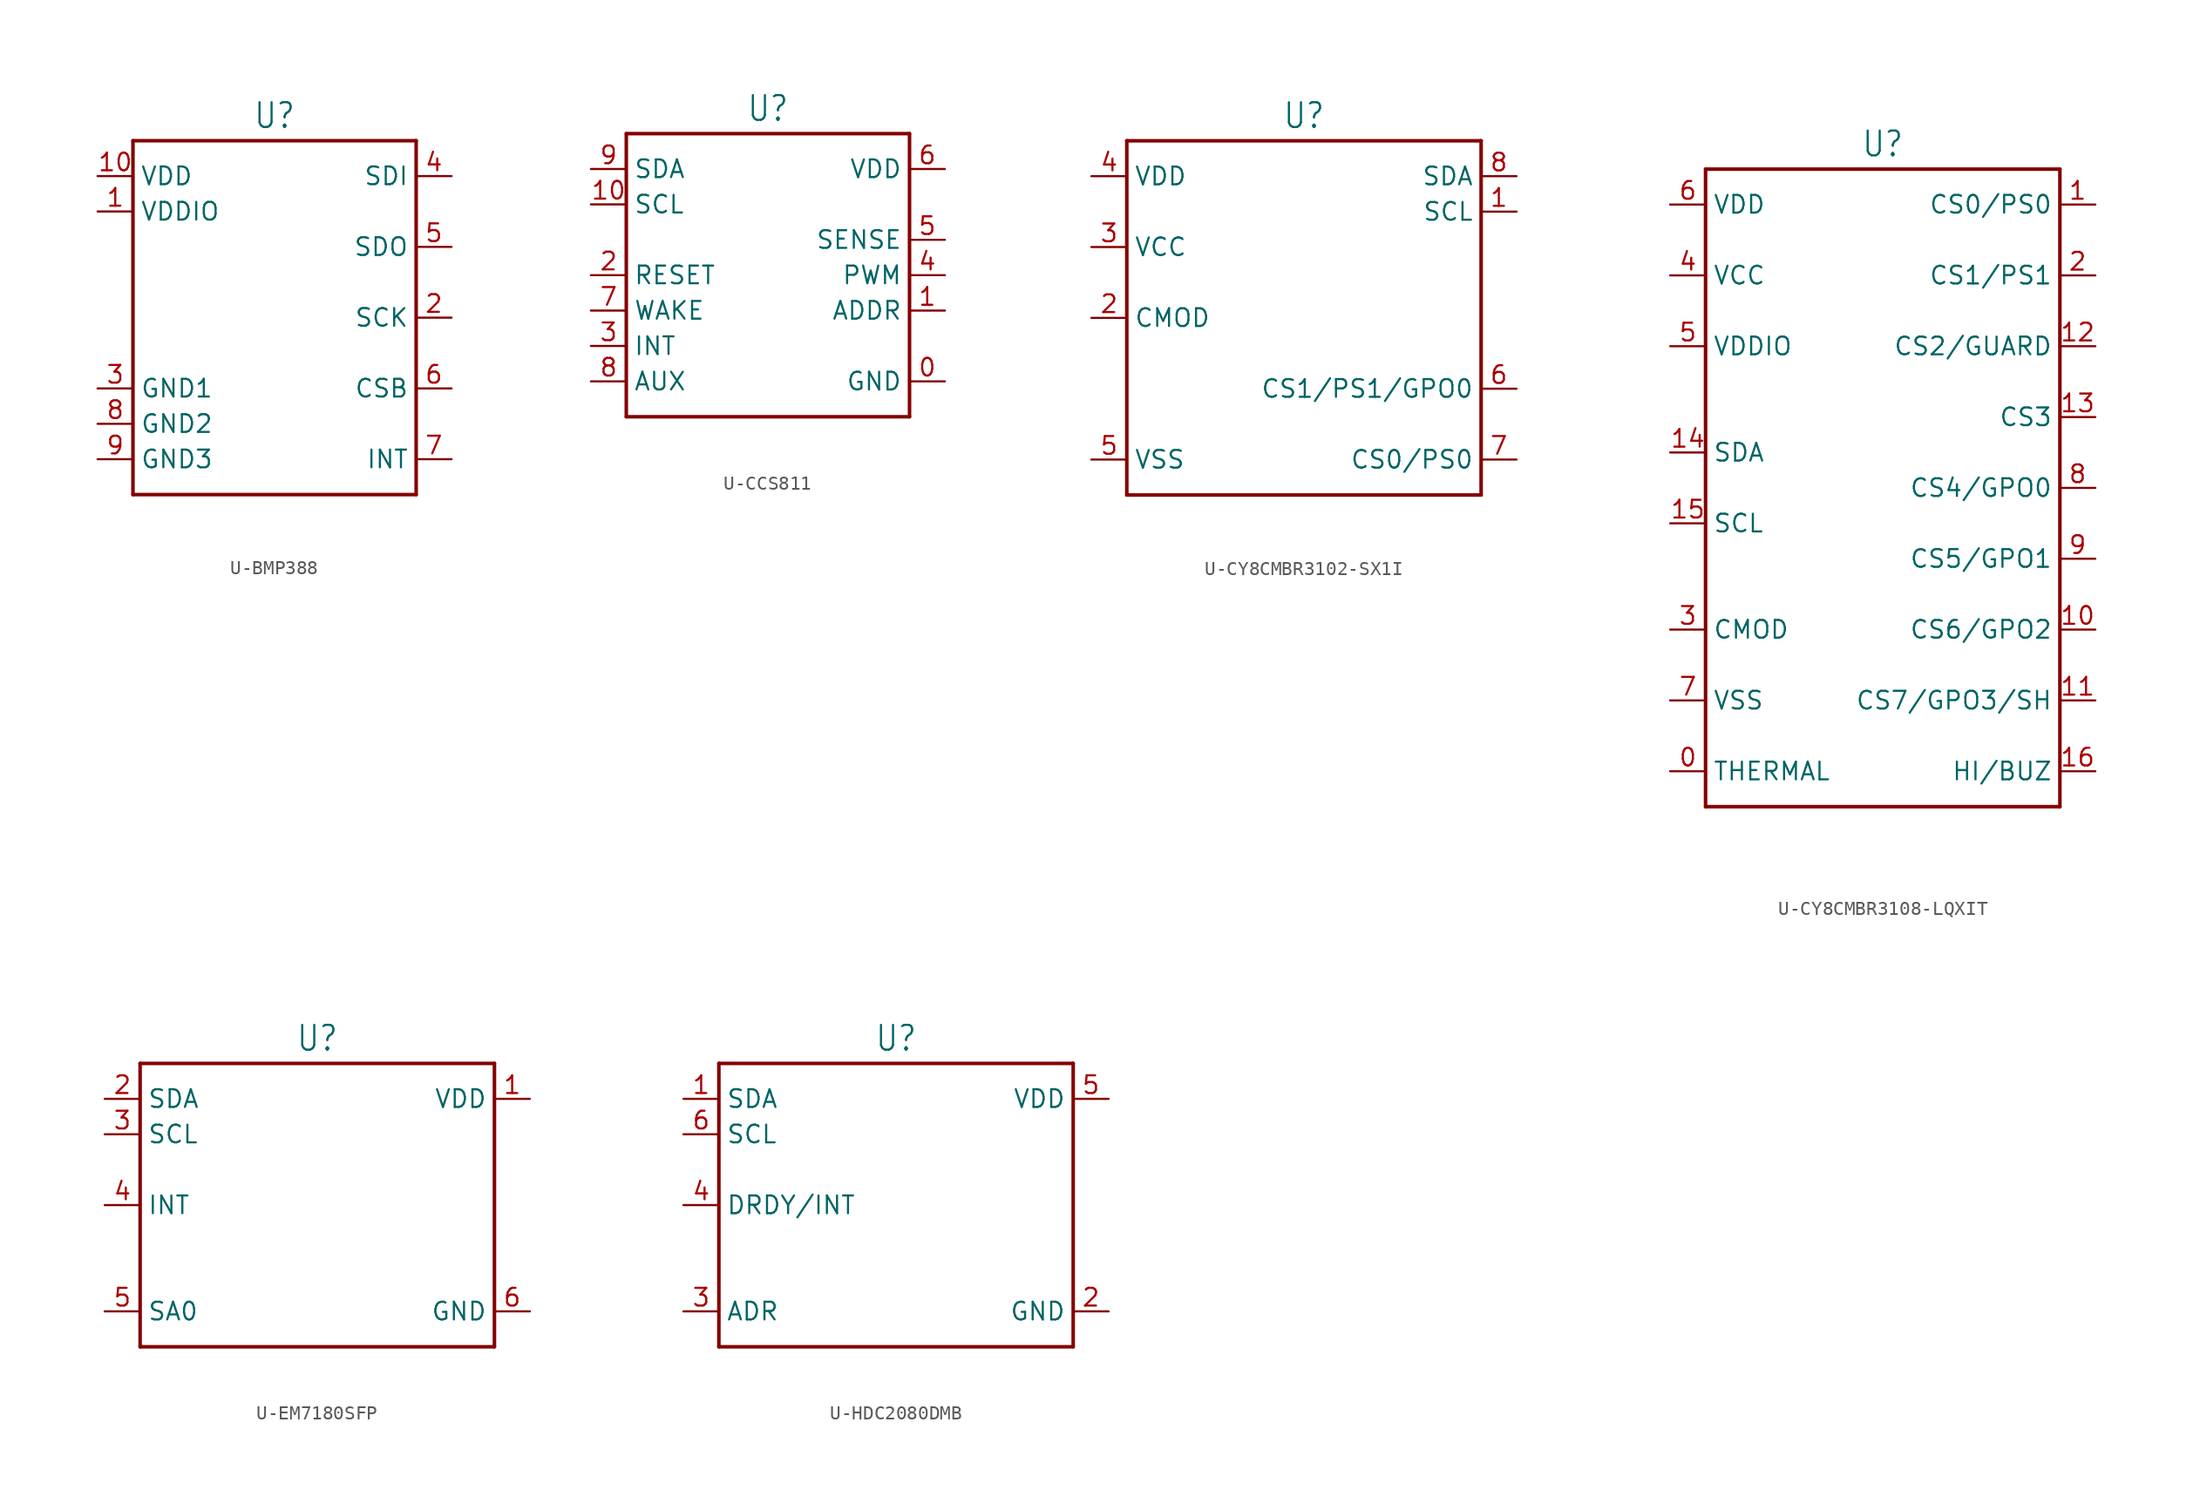
<source format=kicad_sym>
(kicad_symbol_lib
  (version 20231120)
  (generator "kicad_symbol_editor")
  (generator_version "8.0")
  (symbol "U-BMP388"
    (property "Reference" "U"
      (at 0 13.462 0)
      (effects (font (size 1.778 1.511)) (justify bottom)))
    (property "Value" ""
      (at 0 -13.462 0)
      (effects (font (size 1.778 1.511)) (justify top)))
    (property "ki_locked" ""
      (at 0 0 0)
      (effects (font (size 1.27 1.27))))
    (symbol "U-BMP388_1_0"
      (polyline (pts (xy -10.16 -12.7) (xy -10.16 12.7)) (stroke (width 0.254) (type solid)) (fill (type none)))
      (polyline (pts (xy -10.16 12.7) (xy 10.16 12.7)) (stroke (width 0.254) (type solid)) (fill (type none)))
      (polyline (pts (xy 10.16 -12.7) (xy -10.16 -12.7)) (stroke (width 0.254) (type solid)) (fill (type none)))
      (polyline (pts (xy 10.16 12.7) (xy 10.16 -12.7)) (stroke (width 0.254) (type solid)) (fill (type none)))
      (pin passive line (at -12.7 7.62 0) (length 2.54) (name "VDDIO" (effects (font (size 1.27 1.27)))) (number "1" (effects (font (size 1.27 1.27)))))
      (pin passive line (at -12.7 10.16 0) (length 2.54) (name "VDD" (effects (font (size 1.27 1.27)))) (number "10" (effects (font (size 1.27 1.27)))))
      (pin passive line (at 12.7 0 180) (length 2.54) (name "SCK" (effects (font (size 1.27 1.27)))) (number "2" (effects (font (size 1.27 1.27)))))
      (pin passive line (at -12.7 -5.08 0) (length 2.54) (name "GND1" (effects (font (size 1.27 1.27)))) (number "3" (effects (font (size 1.27 1.27)))))
      (pin passive line (at 12.7 10.16 180) (length 2.54) (name "SDI" (effects (font (size 1.27 1.27)))) (number "4" (effects (font (size 1.27 1.27)))))
      (pin passive line (at 12.7 5.08 180) (length 2.54) (name "SDO" (effects (font (size 1.27 1.27)))) (number "5" (effects (font (size 1.27 1.27)))))
      (pin passive line (at 12.7 -5.08 180) (length 2.54) (name "CSB" (effects (font (size 1.27 1.27)))) (number "6" (effects (font (size 1.27 1.27)))))
      (pin passive line (at 12.7 -10.16 180) (length 2.54) (name "INT" (effects (font (size 1.27 1.27)))) (number "7" (effects (font (size 1.27 1.27)))))
      (pin passive line (at -12.7 -7.62 0) (length 2.54) (name "GND2" (effects (font (size 1.27 1.27)))) (number "8" (effects (font (size 1.27 1.27)))))
      (pin passive line (at -12.7 -10.16 0) (length 2.54) (name "GND3" (effects (font (size 1.27 1.27)))) (number "9" (effects (font (size 1.27 1.27)))))))
  (symbol "U-CCS811"
    (property "Reference" "U"
      (at 0 10.922 0)
      (effects (font (size 1.778 1.511)) (justify bottom)))
    (property "Value" ""
      (at 0 -10.922 0)
      (effects (font (size 1.778 1.511)) (justify top)))
    (property "ki_locked" ""
      (at 0 0 0)
      (effects (font (size 1.27 1.27))))
    (symbol "U-CCS811_1_0"
      (polyline (pts (xy -10.16 -10.16) (xy -10.16 10.16)) (stroke (width 0.254) (type solid)) (fill (type none)))
      (polyline (pts (xy -10.16 10.16) (xy 10.16 10.16)) (stroke (width 0.254) (type solid)) (fill (type none)))
      (polyline (pts (xy 10.16 -10.16) (xy -10.16 -10.16)) (stroke (width 0.254) (type solid)) (fill (type none)))
      (polyline (pts (xy 10.16 10.16) (xy 10.16 -10.16)) (stroke (width 0.254) (type solid)) (fill (type none)))
      (pin passive line (at 12.7 -7.62 180) (length 2.54) (name "GND" (effects (font (size 1.27 1.27)))) (number "0" (effects (font (size 1.27 1.27)))))
      (pin passive line (at 12.7 -2.54 180) (length 2.54) (name "ADDR" (effects (font (size 1.27 1.27)))) (number "1" (effects (font (size 1.27 1.27)))))
      (pin passive line (at -12.7 5.08 0) (length 2.54) (name "SCL" (effects (font (size 1.27 1.27)))) (number "10" (effects (font (size 1.27 1.27)))))
      (pin passive line (at -12.7 0 0) (length 2.54) (name "RESET" (effects (font (size 1.27 1.27)))) (number "2" (effects (font (size 1.27 1.27)))))
      (pin passive line (at -12.7 -5.08 0) (length 2.54) (name "INT" (effects (font (size 1.27 1.27)))) (number "3" (effects (font (size 1.27 1.27)))))
      (pin passive line (at 12.7 0 180) (length 2.54) (name "PWM" (effects (font (size 1.27 1.27)))) (number "4" (effects (font (size 1.27 1.27)))))
      (pin passive line (at 12.7 2.54 180) (length 2.54) (name "SENSE" (effects (font (size 1.27 1.27)))) (number "5" (effects (font (size 1.27 1.27)))))
      (pin passive line (at 12.7 7.62 180) (length 2.54) (name "VDD" (effects (font (size 1.27 1.27)))) (number "6" (effects (font (size 1.27 1.27)))))
      (pin passive line (at -12.7 -2.54 0) (length 2.54) (name "WAKE" (effects (font (size 1.27 1.27)))) (number "7" (effects (font (size 1.27 1.27)))))
      (pin passive line (at -12.7 -7.62 0) (length 2.54) (name "AUX" (effects (font (size 1.27 1.27)))) (number "8" (effects (font (size 1.27 1.27)))))
      (pin passive line (at -12.7 7.62 0) (length 2.54) (name "SDA" (effects (font (size 1.27 1.27)))) (number "9" (effects (font (size 1.27 1.27)))))))
  (symbol "U-CY8CMBR3102-SX1I"
    (property "Reference" "U"
      (at 0 13.462 0)
      (effects (font (size 1.778 1.511)) (justify bottom)))
    (property "Value" ""
      (at 0 -13.462 0)
      (effects (font (size 1.778 1.511)) (justify top)))
    (property "ki_locked" ""
      (at 0 0 0)
      (effects (font (size 1.27 1.27))))
    (symbol "U-CY8CMBR3102-SX1I_1_0"
      (polyline (pts (xy -12.7 -12.7) (xy -12.7 12.7)) (stroke (width 0.254) (type solid)) (fill (type none)))
      (polyline (pts (xy -12.7 12.7) (xy 12.7 12.7)) (stroke (width 0.254) (type solid)) (fill (type none)))
      (polyline (pts (xy 12.7 -12.7) (xy -12.7 -12.7)) (stroke (width 0.254) (type solid)) (fill (type none)))
      (polyline (pts (xy 12.7 12.7) (xy 12.7 -12.7)) (stroke (width 0.254) (type solid)) (fill (type none)))
      (pin passive line (at 15.24 7.62 180) (length 2.54) (name "SCL" (effects (font (size 1.27 1.27)))) (number "1" (effects (font (size 1.27 1.27)))))
      (pin passive line (at -15.24 0 0) (length 2.54) (name "CMOD" (effects (font (size 1.27 1.27)))) (number "2" (effects (font (size 1.27 1.27)))))
      (pin passive line (at -15.24 5.08 0) (length 2.54) (name "VCC" (effects (font (size 1.27 1.27)))) (number "3" (effects (font (size 1.27 1.27)))))
      (pin passive line (at -15.24 10.16 0) (length 2.54) (name "VDD" (effects (font (size 1.27 1.27)))) (number "4" (effects (font (size 1.27 1.27)))))
      (pin passive line (at -15.24 -10.16 0) (length 2.54) (name "VSS" (effects (font (size 1.27 1.27)))) (number "5" (effects (font (size 1.27 1.27)))))
      (pin passive line (at 15.24 -5.08 180) (length 2.54) (name "CS1/PS1/GPO0" (effects (font (size 1.27 1.27)))) (number "6" (effects (font (size 1.27 1.27)))))
      (pin passive line (at 15.24 -10.16 180) (length 2.54) (name "CS0/PS0" (effects (font (size 1.27 1.27)))) (number "7" (effects (font (size 1.27 1.27)))))
      (pin passive line (at 15.24 10.16 180) (length 2.54) (name "SDA" (effects (font (size 1.27 1.27)))) (number "8" (effects (font (size 1.27 1.27)))))))
  (symbol "U-CY8CMBR3108-LQXIT"
    (property "Reference" "U"
      (at 0 23.622 0)
      (effects (font (size 1.778 1.511)) (justify bottom)))
    (property "Value" ""
      (at 0 -23.622 0)
      (effects (font (size 1.778 1.511)) (justify top)))
    (property "ki_locked" ""
      (at 0 0 0)
      (effects (font (size 1.27 1.27))))
    (symbol "U-CY8CMBR3108-LQXIT_1_0"
      (polyline (pts (xy -12.7 -22.86) (xy -12.7 22.86)) (stroke (width 0.254) (type solid)) (fill (type none)))
      (polyline (pts (xy -12.7 22.86) (xy 12.7 22.86)) (stroke (width 0.254) (type solid)) (fill (type none)))
      (polyline (pts (xy 12.7 -22.86) (xy -12.7 -22.86)) (stroke (width 0.254) (type solid)) (fill (type none)))
      (polyline (pts (xy 12.7 22.86) (xy 12.7 -22.86)) (stroke (width 0.254) (type solid)) (fill (type none)))
      (pin passive line (at -15.24 -20.32 0) (length 2.54) (name "THERMAL" (effects (font (size 1.27 1.27)))) (number "0" (effects (font (size 1.27 1.27)))))
      (pin passive line (at 15.24 20.32 180) (length 2.54) (name "CS0/PS0" (effects (font (size 1.27 1.27)))) (number "1" (effects (font (size 1.27 1.27)))))
      (pin passive line (at 15.24 -10.16 180) (length 2.54) (name "CS6/GPO2" (effects (font (size 1.27 1.27)))) (number "10" (effects (font (size 1.27 1.27)))))
      (pin passive line (at 15.24 -15.24 180) (length 2.54) (name "CS7/GPO3/SH" (effects (font (size 1.27 1.27)))) (number "11" (effects (font (size 1.27 1.27)))))
      (pin passive line (at 15.24 10.16 180) (length 2.54) (name "CS2/GUARD" (effects (font (size 1.27 1.27)))) (number "12" (effects (font (size 1.27 1.27)))))
      (pin passive line (at 15.24 5.08 180) (length 2.54) (name "CS3" (effects (font (size 1.27 1.27)))) (number "13" (effects (font (size 1.27 1.27)))))
      (pin passive line (at -15.24 2.54 0) (length 2.54) (name "SDA" (effects (font (size 1.27 1.27)))) (number "14" (effects (font (size 1.27 1.27)))))
      (pin passive line (at -15.24 -2.54 0) (length 2.54) (name "SCL" (effects (font (size 1.27 1.27)))) (number "15" (effects (font (size 1.27 1.27)))))
      (pin passive line (at 15.24 -20.32 180) (length 2.54) (name "HI/BUZ" (effects (font (size 1.27 1.27)))) (number "16" (effects (font (size 1.27 1.27)))))
      (pin passive line (at 15.24 15.24 180) (length 2.54) (name "CS1/PS1" (effects (font (size 1.27 1.27)))) (number "2" (effects (font (size 1.27 1.27)))))
      (pin passive line (at -15.24 -10.16 0) (length 2.54) (name "CMOD" (effects (font (size 1.27 1.27)))) (number "3" (effects (font (size 1.27 1.27)))))
      (pin passive line (at -15.24 15.24 0) (length 2.54) (name "VCC" (effects (font (size 1.27 1.27)))) (number "4" (effects (font (size 1.27 1.27)))))
      (pin passive line (at -15.24 10.16 0) (length 2.54) (name "VDDIO" (effects (font (size 1.27 1.27)))) (number "5" (effects (font (size 1.27 1.27)))))
      (pin passive line (at -15.24 20.32 0) (length 2.54) (name "VDD" (effects (font (size 1.27 1.27)))) (number "6" (effects (font (size 1.27 1.27)))))
      (pin passive line (at -15.24 -15.24 0) (length 2.54) (name "VSS" (effects (font (size 1.27 1.27)))) (number "7" (effects (font (size 1.27 1.27)))))
      (pin passive line (at 15.24 0 180) (length 2.54) (name "CS4/GPO0" (effects (font (size 1.27 1.27)))) (number "8" (effects (font (size 1.27 1.27)))))
      (pin passive line (at 15.24 -5.08 180) (length 2.54) (name "CS5/GPO1" (effects (font (size 1.27 1.27)))) (number "9" (effects (font (size 1.27 1.27)))))))
  (symbol "U-EM7180SFP"
    (property "Reference" "U"
      (at 0 10.922 0)
      (effects (font (size 1.778 1.511)) (justify bottom)))
    (property "Value" ""
      (at 0 -10.922 0)
      (effects (font (size 1.778 1.511)) (justify top)))
    (property "ki_locked" ""
      (at 0 0 0)
      (effects (font (size 1.27 1.27))))
    (symbol "U-EM7180SFP_1_0"
      (polyline (pts (xy -12.7 -10.16) (xy -12.7 10.16)) (stroke (width 0.254) (type solid)) (fill (type none)))
      (polyline (pts (xy -12.7 10.16) (xy 12.7 10.16)) (stroke (width 0.254) (type solid)) (fill (type none)))
      (polyline (pts (xy 12.7 -10.16) (xy -12.7 -10.16)) (stroke (width 0.254) (type solid)) (fill (type none)))
      (polyline (pts (xy 12.7 10.16) (xy 12.7 -10.16)) (stroke (width 0.254) (type solid)) (fill (type none)))
      (pin passive line (at 15.24 7.62 180) (length 2.54) (name "VDD" (effects (font (size 1.27 1.27)))) (number "1" (effects (font (size 1.27 1.27)))))
      (pin passive line (at -15.24 7.62 0) (length 2.54) (name "SDA" (effects (font (size 1.27 1.27)))) (number "2" (effects (font (size 1.27 1.27)))))
      (pin passive line (at -15.24 5.08 0) (length 2.54) (name "SCL" (effects (font (size 1.27 1.27)))) (number "3" (effects (font (size 1.27 1.27)))))
      (pin passive line (at -15.24 0 0) (length 2.54) (name "INT" (effects (font (size 1.27 1.27)))) (number "4" (effects (font (size 1.27 1.27)))))
      (pin passive line (at -15.24 -7.62 0) (length 2.54) (name "SA0" (effects (font (size 1.27 1.27)))) (number "5" (effects (font (size 1.27 1.27)))))
      (pin passive line (at 15.24 -7.62 180) (length 2.54) (name "GND" (effects (font (size 1.27 1.27)))) (number "6" (effects (font (size 1.27 1.27)))))))
  (symbol "U-HDC2080DMB"
    (property "Reference" "U"
      (at 0 10.922 0)
      (effects (font (size 1.778 1.511)) (justify bottom)))
    (property "Value" ""
      (at 0 -10.922 0)
      (effects (font (size 1.778 1.511)) (justify top)))
    (property "ki_locked" ""
      (at 0 0 0)
      (effects (font (size 1.27 1.27))))
    (symbol "U-HDC2080DMB_1_0"
      (polyline (pts (xy -12.7 -10.16) (xy -12.7 10.16)) (stroke (width 0.254) (type solid)) (fill (type none)))
      (polyline (pts (xy -12.7 10.16) (xy 12.7 10.16)) (stroke (width 0.254) (type solid)) (fill (type none)))
      (polyline (pts (xy 12.7 -10.16) (xy -12.7 -10.16)) (stroke (width 0.254) (type solid)) (fill (type none)))
      (polyline (pts (xy 12.7 10.16) (xy 12.7 -10.16)) (stroke (width 0.254) (type solid)) (fill (type none)))
      (pin passive line (at -15.24 7.62 0) (length 2.54) (name "SDA" (effects (font (size 1.27 1.27)))) (number "1" (effects (font (size 1.27 1.27)))))
      (pin passive line (at 15.24 -7.62 180) (length 2.54) (name "GND" (effects (font (size 1.27 1.27)))) (number "2" (effects (font (size 1.27 1.27)))))
      (pin passive line (at -15.24 -7.62 0) (length 2.54) (name "ADR" (effects (font (size 1.27 1.27)))) (number "3" (effects (font (size 1.27 1.27)))))
      (pin passive line (at -15.24 0 0) (length 2.54) (name "DRDY/INT" (effects (font (size 1.27 1.27)))) (number "4" (effects (font (size 1.27 1.27)))))
      (pin passive line (at 15.24 7.62 180) (length 2.54) (name "VDD" (effects (font (size 1.27 1.27)))) (number "5" (effects (font (size 1.27 1.27)))))
      (pin passive line (at -15.24 5.08 0) (length 2.54) (name "SCL" (effects (font (size 1.27 1.27)))) (number "6" (effects (font (size 1.27 1.27))))))))
</source>
